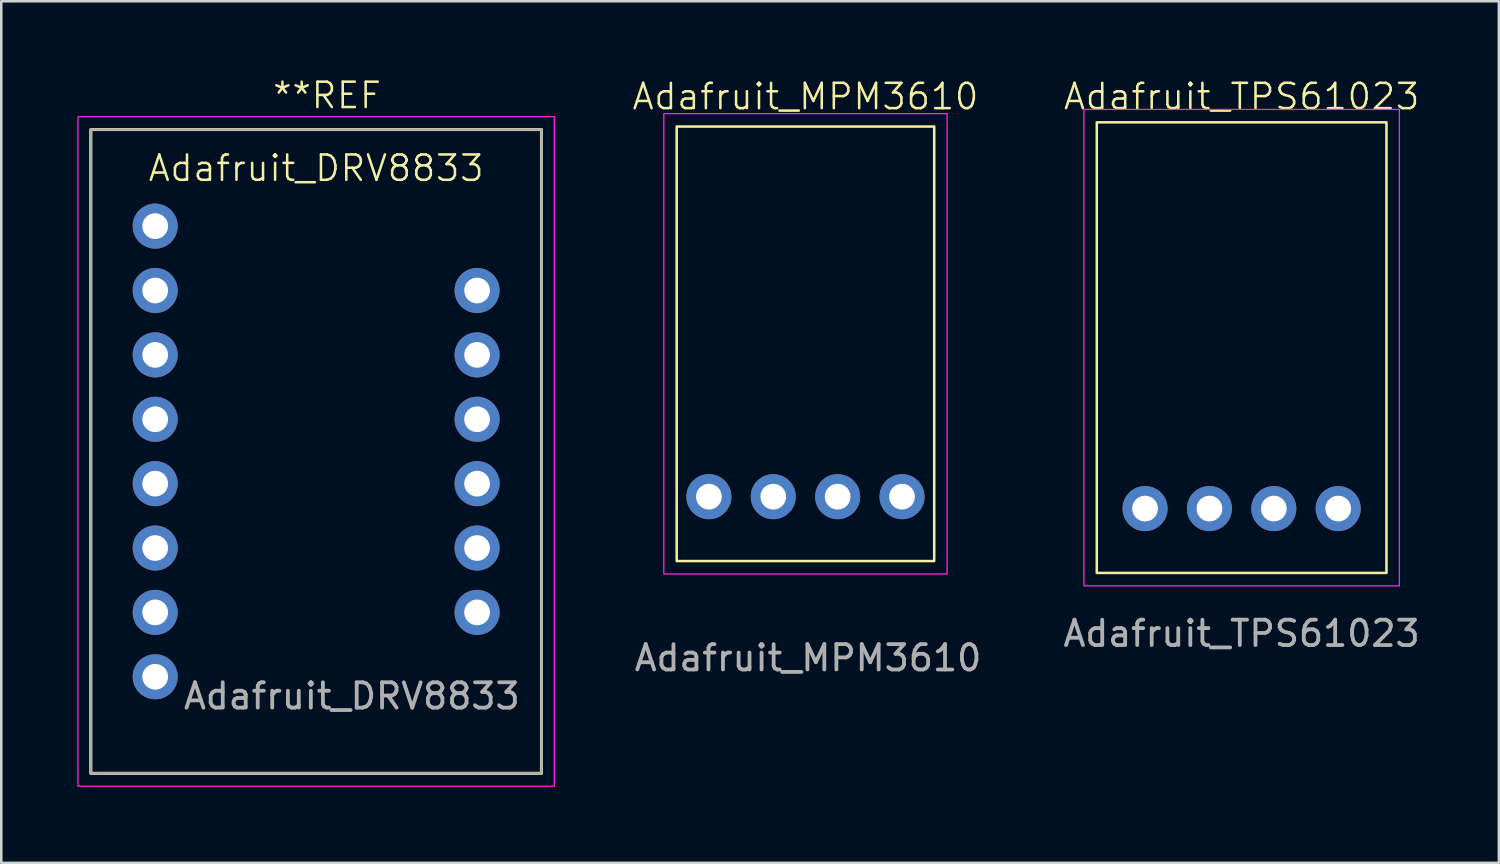
<source format=kicad_pcb>
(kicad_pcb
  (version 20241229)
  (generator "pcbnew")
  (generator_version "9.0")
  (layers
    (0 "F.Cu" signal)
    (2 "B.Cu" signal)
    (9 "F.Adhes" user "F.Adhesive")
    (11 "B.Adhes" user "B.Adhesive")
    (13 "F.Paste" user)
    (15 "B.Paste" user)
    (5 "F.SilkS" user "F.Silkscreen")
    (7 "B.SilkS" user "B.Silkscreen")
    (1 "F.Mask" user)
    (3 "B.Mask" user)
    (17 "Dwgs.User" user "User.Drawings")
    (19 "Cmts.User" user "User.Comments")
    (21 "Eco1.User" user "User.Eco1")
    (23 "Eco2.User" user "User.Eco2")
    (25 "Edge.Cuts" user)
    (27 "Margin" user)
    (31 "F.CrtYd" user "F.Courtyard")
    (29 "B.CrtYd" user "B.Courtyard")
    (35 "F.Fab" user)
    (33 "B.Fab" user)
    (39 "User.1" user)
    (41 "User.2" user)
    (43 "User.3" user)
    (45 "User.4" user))
  (footprint "Adafruit_MPM3610"
    (layer "F.Cu")
    (at 28.729 10.514)
    (property "Reference" "Adafruit_MPM3610" (at 0 -9.754 0) (unlocked yes) (layer "F.SilkS") (effects (font (size 1 1) (thickness 0.1))))
    (attr smd)
    (fp_rect (start -5.08 -8.572) (end 5.08 8.572) (stroke (width 0.1) (type solid)) (fill no) (layer "F.SilkS"))
    (fp_rect (start -5.588 -9.081) (end 5.588 9.081) (stroke (width 0.05) (type solid)) (fill no) (layer "F.CrtYd"))
    (fp_text user "${REFERENCE}" (at 0.102 12.395 0) (unlocked yes) (layer "F.Fab") (effects (font (size 1 1) (thickness 0.15))))
    (pad "1" thru_hole circle (at -3.81 6.032) (size 1.778 1.778) (drill 1.016) (layers "*.Cu" "*.Mask"))
    (pad "2" thru_hole circle (at -1.27 6.032) (size 1.778 1.778) (drill 1.016) (layers "*.Cu" "*.Mask"))
    (pad "3" thru_hole circle (at 1.27 6.032) (size 1.778 1.778) (drill 1.016) (layers "*.Cu" "*.Mask"))
    (pad "4" thru_hole circle (at 3.81 6.032) (size 1.778 1.778) (drill 1.016) (layers "*.Cu" "*.Mask")))
  (footprint "Adafruit_TPS61023"
    (layer "F.Cu")
    (at 45.938 10.666)
    (property "Reference" "Adafruit_TPS61023" (at 0 -9.906 0) (unlocked yes) (layer "F.SilkS") (effects (font (size 1 1) (thickness 0.1))))
    (attr smd)
    (fp_rect (start -5.715 -8.89) (end 5.715 8.89) (stroke (width 0.1) (type solid)) (fill no) (layer "F.SilkS"))
    (fp_rect (start -6.223 -9.398) (end 6.223 9.398) (stroke (width 0.05) (type solid)) (fill no) (layer "F.CrtYd"))
    (fp_text user "${REFERENCE}" (at 0 11.278 0) (unlocked yes) (layer "F.Fab") (effects (font (size 1 1) (thickness 0.15))))
    (pad "1" thru_hole circle (at -3.81 6.35) (size 1.778 1.778) (drill 1.016) (layers "*.Cu" "*.Mask"))
    (pad "2" thru_hole circle (at -1.27 6.35) (size 1.778 1.778) (drill 1.016) (layers "*.Cu" "*.Mask"))
    (pad "3" thru_hole circle (at 1.27 6.35) (size 1.778 1.778) (drill 1.016) (layers "*.Cu" "*.Mask"))
    (pad "4" thru_hole circle (at 3.81 6.35) (size 1.778 1.778) (drill 1.016) (layers "*.Cu" "*.Mask")))
  (footprint "Adafruit_DRV8833"
    (layer "F.Cu")
    (at 9.423 14.762)
    (property "Reference" "Adafruit_DRV8833" (at 0 -11.176 0) (unlocked yes) (layer "F.SilkS") (effects (font (size 1 1) (thickness 0.1))))
    (attr smd)
    (fp_rect (start -8.89 -12.7) (end 8.89 12.7) (stroke (width 0.12) (type solid)) (fill no) (layer "F.SilkS"))
    (fp_rect (start -9.398 -13.208) (end 9.398 13.208) (stroke (width 0.05) (type solid)) (fill no) (layer "F.CrtYd"))
    (fp_rect (start -8.89 -12.7) (end 8.89 12.7) (stroke (width 0.1) (type solid)) (fill no) (layer "F.Fab"))
    (fp_text user "**REF" (at -1.778 -13.462 0) (unlocked yes) (layer "F.SilkS") (effects (font (size 1 1) (thickness 0.1)) (justify left bottom)))
    (fp_text user "${REFERENCE}" (at 8.128 9.652 0) (unlocked yes) (layer "F.Fab") (effects (font (size 1 1) (thickness 0.15)) (justify right)))
    (pad "1" thru_hole circle (at -6.35 -8.89) (size 1.778 1.778) (drill 1.016) (layers "*.Cu" "*.Mask"))
    (pad "2" thru_hole circle (at 6.35 -6.35) (size 1.778 1.778) (drill 1.016) (layers "*.Cu" "*.Mask"))
    (pad "3" thru_hole circle (at -6.35 -6.35) (size 1.778 1.778) (drill 1.016) (layers "*.Cu" "*.Mask"))
    (pad "4" thru_hole circle (at 6.35 -3.81) (size 1.778 1.778) (drill 1.016) (layers "*.Cu" "*.Mask"))
    (pad "5" thru_hole circle (at -6.35 -3.81) (size 1.778 1.778) (drill 1.016) (layers "*.Cu" "*.Mask"))
    (pad "6" thru_hole circle (at 6.35 -1.27) (size 1.778 1.778) (drill 1.016) (layers "*.Cu" "*.Mask"))
    (pad "7" thru_hole circle (at -6.35 -1.27) (size 1.778 1.778) (drill 1.016) (layers "*.Cu" "*.Mask"))
    (pad "8" thru_hole circle (at 6.35 1.27) (size 1.778 1.778) (drill 1.016) (layers "*.Cu" "*.Mask"))
    (pad "9" thru_hole circle (at -6.35 1.27) (size 1.778 1.778) (drill 1.016) (layers "*.Cu" "*.Mask"))
    (pad "10" thru_hole circle (at 6.35 3.81) (size 1.778 1.778) (drill 1.016) (layers "*.Cu" "*.Mask"))
    (pad "11" thru_hole circle (at -6.35 3.81) (size 1.778 1.778) (drill 1.016) (layers "*.Cu" "*.Mask"))
    (pad "12" thru_hole circle (at 6.35 6.35) (size 1.778 1.778) (drill 1.016) (layers "*.Cu" "*.Mask"))
    (pad "13" thru_hole circle (at -6.35 6.35) (size 1.778 1.778) (drill 1.016) (layers "*.Cu" "*.Mask"))
    (pad "14" thru_hole circle (at -6.35 8.89) (size 1.778 1.778) (drill 1.016) (layers "*.Cu" "*.Mask")))
  (gr_rect
    (start -3 -3)
    (end 56.087 30.995)
    (stroke (width 0.1) (type default))
    (fill no)
    (layer "Edge.Cuts")))
</source>
